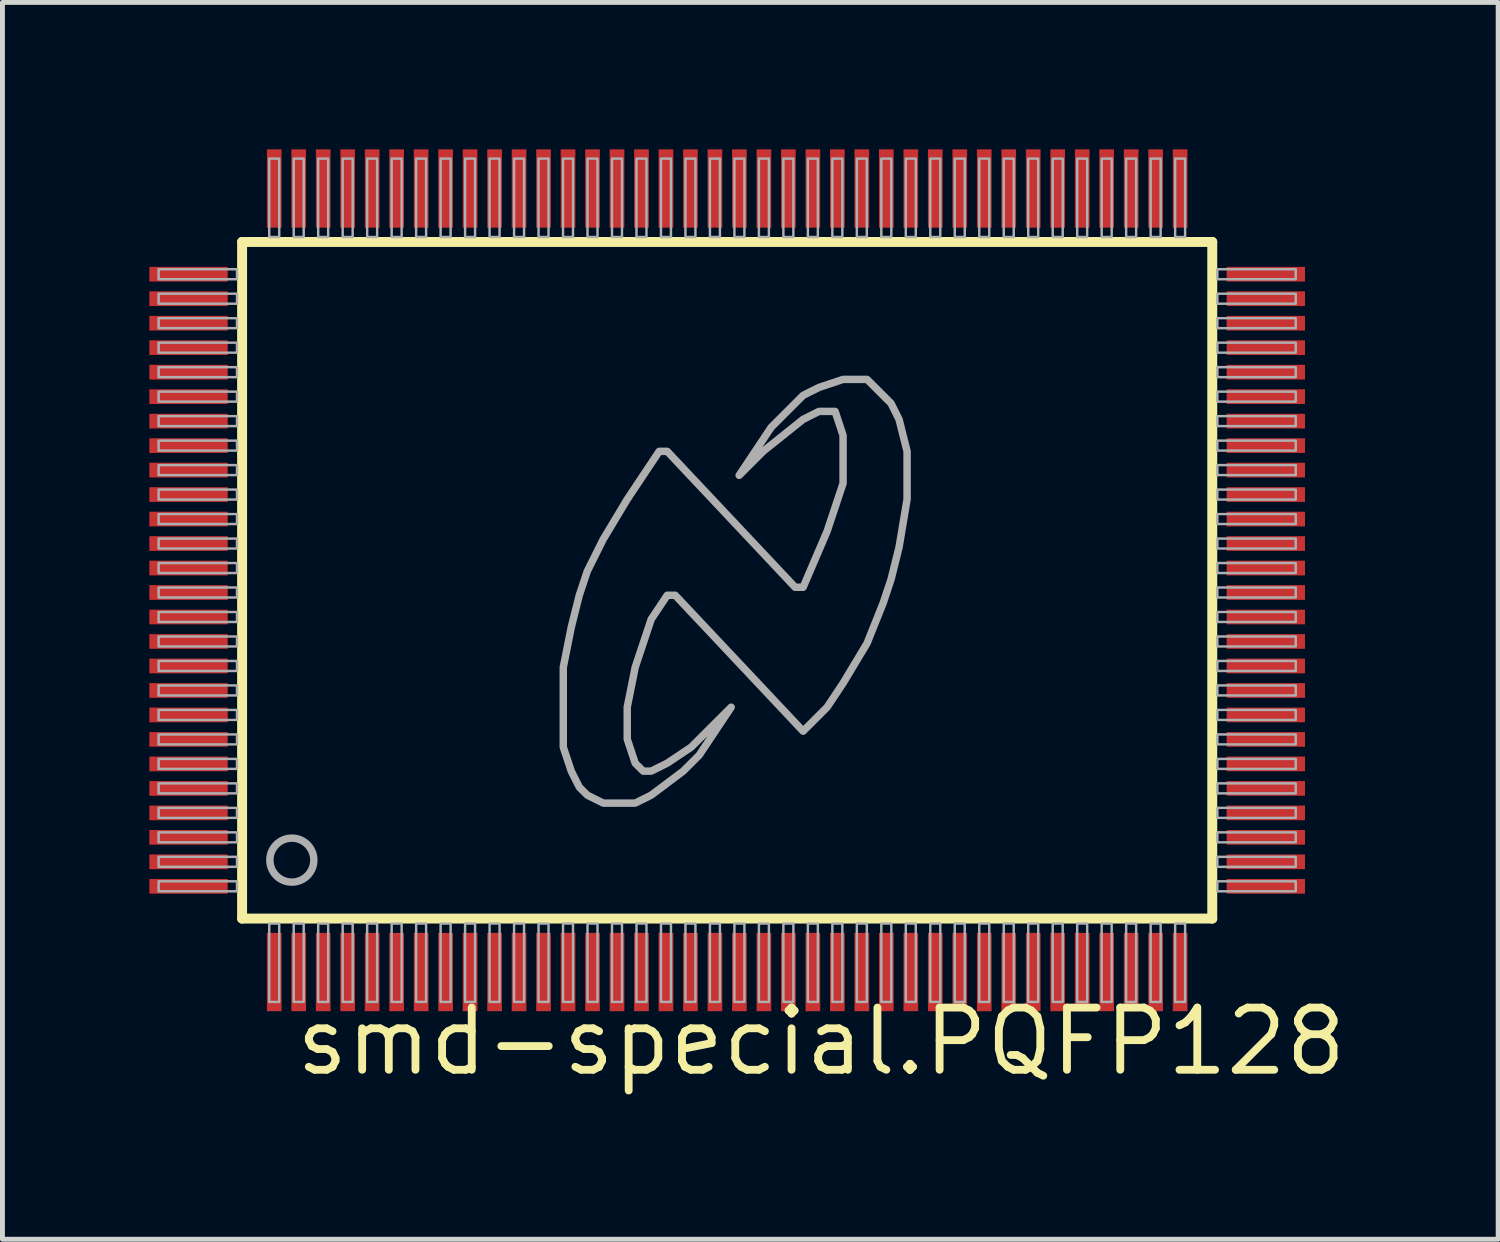
<source format=kicad_pcb>
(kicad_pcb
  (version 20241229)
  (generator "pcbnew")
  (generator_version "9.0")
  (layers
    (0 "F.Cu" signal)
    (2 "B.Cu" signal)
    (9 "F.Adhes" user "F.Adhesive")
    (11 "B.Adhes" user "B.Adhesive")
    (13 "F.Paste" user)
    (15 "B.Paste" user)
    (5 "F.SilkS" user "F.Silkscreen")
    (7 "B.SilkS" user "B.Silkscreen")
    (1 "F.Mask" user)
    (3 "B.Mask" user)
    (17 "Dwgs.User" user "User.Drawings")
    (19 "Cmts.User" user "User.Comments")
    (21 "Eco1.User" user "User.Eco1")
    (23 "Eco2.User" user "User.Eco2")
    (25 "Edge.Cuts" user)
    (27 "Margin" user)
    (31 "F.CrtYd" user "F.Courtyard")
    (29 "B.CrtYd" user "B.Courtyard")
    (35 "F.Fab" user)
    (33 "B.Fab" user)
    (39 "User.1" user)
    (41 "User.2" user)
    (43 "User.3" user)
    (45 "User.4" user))
  (footprint "smd-special.PQFP128"
    (layer "F.Cu")
    (at 11.8 8.8)
    (property "Reference" "smd-special.PQFP128" (at -8.89 10.16 0) (layer "F.SilkS") (effects (font (size 1.27 1.27) (thickness 0.16)) (justify left bottom)))
    (attr smd)
    (fp_line (start -9.906 -6.909) (end -9.906 6.909) (stroke (width 0.203) (type default)) (layer "F.SilkS"))
    (fp_line (start -9.906 6.909) (end 9.906 6.909) (stroke (width 0.203) (type default)) (layer "F.SilkS"))
    (fp_line (start 9.906 -6.909) (end -9.906 -6.909) (stroke (width 0.203) (type default)) (layer "F.SilkS"))
    (fp_line (start 9.906 6.909) (end 9.906 -6.909) (stroke (width 0.203) (type default)) (layer "F.SilkS"))
    (fp_rect (start -11.611 -6.148) (end -10.01 -6.352) (stroke (width 0.05) (type default)) (fill no) (layer "F.Fab"))
    (fp_rect (start -11.611 -5.648) (end -10.01 -5.852) (stroke (width 0.05) (type default)) (fill no) (layer "F.Fab"))
    (fp_rect (start -11.611 -5.148) (end -10.01 -5.352) (stroke (width 0.05) (type default)) (fill no) (layer "F.Fab"))
    (fp_rect (start -11.611 -4.648) (end -10.01 -4.852) (stroke (width 0.05) (type default)) (fill no) (layer "F.Fab"))
    (fp_rect (start -11.611 -4.148) (end -10.01 -4.352) (stroke (width 0.05) (type default)) (fill no) (layer "F.Fab"))
    (fp_rect (start -11.611 -3.648) (end -10.01 -3.852) (stroke (width 0.05) (type default)) (fill no) (layer "F.Fab"))
    (fp_rect (start -11.611 -3.148) (end -10.01 -3.352) (stroke (width 0.05) (type default)) (fill no) (layer "F.Fab"))
    (fp_rect (start -11.611 -2.648) (end -10.01 -2.852) (stroke (width 0.05) (type default)) (fill no) (layer "F.Fab"))
    (fp_rect (start -11.611 -2.148) (end -10.01 -2.352) (stroke (width 0.05) (type default)) (fill no) (layer "F.Fab"))
    (fp_rect (start -11.611 -1.648) (end -10.01 -1.852) (stroke (width 0.05) (type default)) (fill no) (layer "F.Fab"))
    (fp_rect (start -11.611 -1.148) (end -10.01 -1.352) (stroke (width 0.05) (type default)) (fill no) (layer "F.Fab"))
    (fp_rect (start -11.611 -0.648) (end -10.01 -0.852) (stroke (width 0.05) (type default)) (fill no) (layer "F.Fab"))
    (fp_rect (start -11.611 -0.148) (end -10.01 -0.352) (stroke (width 0.05) (type default)) (fill no) (layer "F.Fab"))
    (fp_rect (start -11.611 0.352) (end -10.01 0.148) (stroke (width 0.05) (type default)) (fill no) (layer "F.Fab"))
    (fp_rect (start -11.611 0.852) (end -10.01 0.648) (stroke (width 0.05) (type default)) (fill no) (layer "F.Fab"))
    (fp_rect (start -11.611 1.352) (end -10.01 1.148) (stroke (width 0.05) (type default)) (fill no) (layer "F.Fab"))
    (fp_rect (start -11.611 1.852) (end -10.01 1.648) (stroke (width 0.05) (type default)) (fill no) (layer "F.Fab"))
    (fp_rect (start -11.611 2.352) (end -10.01 2.148) (stroke (width 0.05) (type default)) (fill no) (layer "F.Fab"))
    (fp_rect (start -11.611 2.852) (end -10.01 2.648) (stroke (width 0.05) (type default)) (fill no) (layer "F.Fab"))
    (fp_rect (start -11.611 3.352) (end -10.01 3.148) (stroke (width 0.05) (type default)) (fill no) (layer "F.Fab"))
    (fp_rect (start -11.611 3.852) (end -10.01 3.648) (stroke (width 0.05) (type default)) (fill no) (layer "F.Fab"))
    (fp_rect (start -11.611 4.352) (end -10.01 4.148) (stroke (width 0.05) (type default)) (fill no) (layer "F.Fab"))
    (fp_rect (start -11.611 4.852) (end -10.01 4.648) (stroke (width 0.05) (type default)) (fill no) (layer "F.Fab"))
    (fp_rect (start -11.611 5.352) (end -10.01 5.148) (stroke (width 0.05) (type default)) (fill no) (layer "F.Fab"))
    (fp_rect (start -11.611 5.852) (end -10.01 5.648) (stroke (width 0.05) (type default)) (fill no) (layer "F.Fab"))
    (fp_rect (start -11.611 6.352) (end -10.01 6.148) (stroke (width 0.05) (type default)) (fill no) (layer "F.Fab"))
    (fp_rect (start -9.352 -7.01) (end -9.148 -8.611) (stroke (width 0.05) (type default)) (fill no) (layer "F.Fab"))
    (fp_rect (start -9.352 8.611) (end -9.148 7.01) (stroke (width 0.05) (type default)) (fill no) (layer "F.Fab"))
    (fp_rect (start -8.852 -7.01) (end -8.648 -8.611) (stroke (width 0.05) (type default)) (fill no) (layer "F.Fab"))
    (fp_rect (start -8.852 8.611) (end -8.648 7.01) (stroke (width 0.05) (type default)) (fill no) (layer "F.Fab"))
    (fp_rect (start -8.352 -7.01) (end -8.148 -8.611) (stroke (width 0.05) (type default)) (fill no) (layer "F.Fab"))
    (fp_rect (start -8.352 8.611) (end -8.148 7.01) (stroke (width 0.05) (type default)) (fill no) (layer "F.Fab"))
    (fp_rect (start -7.852 -7.01) (end -7.648 -8.611) (stroke (width 0.05) (type default)) (fill no) (layer "F.Fab"))
    (fp_rect (start -7.852 8.611) (end -7.648 7.01) (stroke (width 0.05) (type default)) (fill no) (layer "F.Fab"))
    (fp_rect (start -7.352 -7.01) (end -7.148 -8.611) (stroke (width 0.05) (type default)) (fill no) (layer "F.Fab"))
    (fp_rect (start -7.352 8.611) (end -7.148 7.01) (stroke (width 0.05) (type default)) (fill no) (layer "F.Fab"))
    (fp_rect (start -6.852 -7.01) (end -6.648 -8.611) (stroke (width 0.05) (type default)) (fill no) (layer "F.Fab"))
    (fp_rect (start -6.852 8.611) (end -6.648 7.01) (stroke (width 0.05) (type default)) (fill no) (layer "F.Fab"))
    (fp_rect (start -6.352 -7.01) (end -6.148 -8.611) (stroke (width 0.05) (type default)) (fill no) (layer "F.Fab"))
    (fp_rect (start -6.352 8.611) (end -6.148 7.01) (stroke (width 0.05) (type default)) (fill no) (layer "F.Fab"))
    (fp_rect (start -5.852 -7.01) (end -5.648 -8.611) (stroke (width 0.05) (type default)) (fill no) (layer "F.Fab"))
    (fp_rect (start -5.852 8.611) (end -5.648 7.01) (stroke (width 0.05) (type default)) (fill no) (layer "F.Fab"))
    (fp_rect (start -5.352 -7.01) (end -5.148 -8.611) (stroke (width 0.05) (type default)) (fill no) (layer "F.Fab"))
    (fp_rect (start -5.352 8.611) (end -5.148 7.01) (stroke (width 0.05) (type default)) (fill no) (layer "F.Fab"))
    (fp_rect (start -4.852 -7.01) (end -4.648 -8.611) (stroke (width 0.05) (type default)) (fill no) (layer "F.Fab"))
    (fp_rect (start -4.852 8.611) (end -4.648 7.01) (stroke (width 0.05) (type default)) (fill no) (layer "F.Fab"))
    (fp_rect (start -4.352 -7.01) (end -4.148 -8.611) (stroke (width 0.05) (type default)) (fill no) (layer "F.Fab"))
    (fp_rect (start -4.352 8.611) (end -4.148 7.01) (stroke (width 0.05) (type default)) (fill no) (layer "F.Fab"))
    (fp_rect (start -3.852 -7.01) (end -3.648 -8.611) (stroke (width 0.05) (type default)) (fill no) (layer "F.Fab"))
    (fp_rect (start -3.852 8.611) (end -3.648 7.01) (stroke (width 0.05) (type default)) (fill no) (layer "F.Fab"))
    (fp_rect (start -3.352 -7.01) (end -3.148 -8.611) (stroke (width 0.05) (type default)) (fill no) (layer "F.Fab"))
    (fp_rect (start -3.352 8.611) (end -3.148 7.01) (stroke (width 0.05) (type default)) (fill no) (layer "F.Fab"))
    (fp_rect (start -2.852 -7.01) (end -2.648 -8.611) (stroke (width 0.05) (type default)) (fill no) (layer "F.Fab"))
    (fp_rect (start -2.852 8.611) (end -2.648 7.01) (stroke (width 0.05) (type default)) (fill no) (layer "F.Fab"))
    (fp_rect (start -2.352 -7.01) (end -2.148 -8.611) (stroke (width 0.05) (type default)) (fill no) (layer "F.Fab"))
    (fp_rect (start -2.352 8.611) (end -2.148 7.01) (stroke (width 0.05) (type default)) (fill no) (layer "F.Fab"))
    (fp_rect (start -1.852 -7.01) (end -1.648 -8.611) (stroke (width 0.05) (type default)) (fill no) (layer "F.Fab"))
    (fp_rect (start -1.852 8.611) (end -1.648 7.01) (stroke (width 0.05) (type default)) (fill no) (layer "F.Fab"))
    (fp_rect (start -1.352 -7.01) (end -1.148 -8.611) (stroke (width 0.05) (type default)) (fill no) (layer "F.Fab"))
    (fp_rect (start -1.352 8.611) (end -1.148 7.01) (stroke (width 0.05) (type default)) (fill no) (layer "F.Fab"))
    (fp_rect (start -0.852 -7.01) (end -0.648 -8.611) (stroke (width 0.05) (type default)) (fill no) (layer "F.Fab"))
    (fp_rect (start -0.852 8.611) (end -0.648 7.01) (stroke (width 0.05) (type default)) (fill no) (layer "F.Fab"))
    (fp_rect (start -0.352 -7.01) (end -0.148 -8.611) (stroke (width 0.05) (type default)) (fill no) (layer "F.Fab"))
    (fp_rect (start -0.352 8.611) (end -0.148 7.01) (stroke (width 0.05) (type default)) (fill no) (layer "F.Fab"))
    (fp_rect (start 0.148 -7.01) (end 0.352 -8.611) (stroke (width 0.05) (type default)) (fill no) (layer "F.Fab"))
    (fp_rect (start 0.148 8.611) (end 0.352 7.01) (stroke (width 0.05) (type default)) (fill no) (layer "F.Fab"))
    (fp_rect (start 0.648 -7.01) (end 0.852 -8.611) (stroke (width 0.05) (type default)) (fill no) (layer "F.Fab"))
    (fp_rect (start 0.648 8.611) (end 0.852 7.01) (stroke (width 0.05) (type default)) (fill no) (layer "F.Fab"))
    (fp_rect (start 1.148 -7.01) (end 1.352 -8.611) (stroke (width 0.05) (type default)) (fill no) (layer "F.Fab"))
    (fp_rect (start 1.148 8.611) (end 1.352 7.01) (stroke (width 0.05) (type default)) (fill no) (layer "F.Fab"))
    (fp_rect (start 1.648 -7.01) (end 1.852 -8.611) (stroke (width 0.05) (type default)) (fill no) (layer "F.Fab"))
    (fp_rect (start 1.648 8.611) (end 1.852 7.01) (stroke (width 0.05) (type default)) (fill no) (layer "F.Fab"))
    (fp_rect (start 2.148 -7.01) (end 2.352 -8.611) (stroke (width 0.05) (type default)) (fill no) (layer "F.Fab"))
    (fp_rect (start 2.148 8.611) (end 2.352 7.01) (stroke (width 0.05) (type default)) (fill no) (layer "F.Fab"))
    (fp_rect (start 2.648 -7.01) (end 2.852 -8.611) (stroke (width 0.05) (type default)) (fill no) (layer "F.Fab"))
    (fp_rect (start 2.648 8.611) (end 2.852 7.01) (stroke (width 0.05) (type default)) (fill no) (layer "F.Fab"))
    (fp_rect (start 3.148 -7.01) (end 3.352 -8.611) (stroke (width 0.05) (type default)) (fill no) (layer "F.Fab"))
    (fp_rect (start 3.148 8.611) (end 3.352 7.01) (stroke (width 0.05) (type default)) (fill no) (layer "F.Fab"))
    (fp_rect (start 3.648 -7.01) (end 3.852 -8.611) (stroke (width 0.05) (type default)) (fill no) (layer "F.Fab"))
    (fp_rect (start 3.648 8.611) (end 3.852 7.01) (stroke (width 0.05) (type default)) (fill no) (layer "F.Fab"))
    (fp_rect (start 4.148 -7.01) (end 4.352 -8.611) (stroke (width 0.05) (type default)) (fill no) (layer "F.Fab"))
    (fp_rect (start 4.148 8.611) (end 4.352 7.01) (stroke (width 0.05) (type default)) (fill no) (layer "F.Fab"))
    (fp_rect (start 4.648 -7.01) (end 4.852 -8.611) (stroke (width 0.05) (type default)) (fill no) (layer "F.Fab"))
    (fp_rect (start 4.648 8.611) (end 4.852 7.01) (stroke (width 0.05) (type default)) (fill no) (layer "F.Fab"))
    (fp_rect (start 5.148 -7.01) (end 5.352 -8.611) (stroke (width 0.05) (type default)) (fill no) (layer "F.Fab"))
    (fp_rect (start 5.148 8.611) (end 5.352 7.01) (stroke (width 0.05) (type default)) (fill no) (layer "F.Fab"))
    (fp_rect (start 5.648 -7.01) (end 5.852 -8.611) (stroke (width 0.05) (type default)) (fill no) (layer "F.Fab"))
    (fp_rect (start 5.648 8.611) (end 5.852 7.01) (stroke (width 0.05) (type default)) (fill no) (layer "F.Fab"))
    (fp_rect (start 6.148 -7.01) (end 6.352 -8.611) (stroke (width 0.05) (type default)) (fill no) (layer "F.Fab"))
    (fp_rect (start 6.148 8.611) (end 6.352 7.01) (stroke (width 0.05) (type default)) (fill no) (layer "F.Fab"))
    (fp_rect (start 6.648 -7.01) (end 6.852 -8.611) (stroke (width 0.05) (type default)) (fill no) (layer "F.Fab"))
    (fp_rect (start 6.648 8.611) (end 6.852 7.01) (stroke (width 0.05) (type default)) (fill no) (layer "F.Fab"))
    (fp_rect (start 7.148 -7.01) (end 7.352 -8.611) (stroke (width 0.05) (type default)) (fill no) (layer "F.Fab"))
    (fp_rect (start 7.148 8.611) (end 7.352 7.01) (stroke (width 0.05) (type default)) (fill no) (layer "F.Fab"))
    (fp_rect (start 7.648 -7.01) (end 7.852 -8.611) (stroke (width 0.05) (type default)) (fill no) (layer "F.Fab"))
    (fp_rect (start 7.648 8.611) (end 7.852 7.01) (stroke (width 0.05) (type default)) (fill no) (layer "F.Fab"))
    (fp_rect (start 8.148 -7.01) (end 8.352 -8.611) (stroke (width 0.05) (type default)) (fill no) (layer "F.Fab"))
    (fp_rect (start 8.148 8.611) (end 8.352 7.01) (stroke (width 0.05) (type default)) (fill no) (layer "F.Fab"))
    (fp_rect (start 8.648 -7.01) (end 8.852 -8.611) (stroke (width 0.05) (type default)) (fill no) (layer "F.Fab"))
    (fp_rect (start 8.648 8.611) (end 8.852 7.01) (stroke (width 0.05) (type default)) (fill no) (layer "F.Fab"))
    (fp_rect (start 9.148 -7.01) (end 9.352 -8.611) (stroke (width 0.05) (type default)) (fill no) (layer "F.Fab"))
    (fp_rect (start 9.148 8.611) (end 9.352 7.01) (stroke (width 0.05) (type default)) (fill no) (layer "F.Fab"))
    (fp_rect (start 10.01 -6.148) (end 11.611 -6.352) (stroke (width 0.05) (type default)) (fill no) (layer "F.Fab"))
    (fp_rect (start 10.01 -5.648) (end 11.611 -5.852) (stroke (width 0.05) (type default)) (fill no) (layer "F.Fab"))
    (fp_rect (start 10.01 -5.148) (end 11.611 -5.352) (stroke (width 0.05) (type default)) (fill no) (layer "F.Fab"))
    (fp_rect (start 10.01 -4.648) (end 11.611 -4.852) (stroke (width 0.05) (type default)) (fill no) (layer "F.Fab"))
    (fp_rect (start 10.01 -4.148) (end 11.611 -4.352) (stroke (width 0.05) (type default)) (fill no) (layer "F.Fab"))
    (fp_rect (start 10.01 -3.648) (end 11.611 -3.852) (stroke (width 0.05) (type default)) (fill no) (layer "F.Fab"))
    (fp_rect (start 10.01 -3.148) (end 11.611 -3.352) (stroke (width 0.05) (type default)) (fill no) (layer "F.Fab"))
    (fp_rect (start 10.01 -2.648) (end 11.611 -2.852) (stroke (width 0.05) (type default)) (fill no) (layer "F.Fab"))
    (fp_rect (start 10.01 -2.148) (end 11.611 -2.352) (stroke (width 0.05) (type default)) (fill no) (layer "F.Fab"))
    (fp_rect (start 10.01 -1.648) (end 11.611 -1.852) (stroke (width 0.05) (type default)) (fill no) (layer "F.Fab"))
    (fp_rect (start 10.01 -1.148) (end 11.611 -1.352) (stroke (width 0.05) (type default)) (fill no) (layer "F.Fab"))
    (fp_rect (start 10.01 -0.648) (end 11.611 -0.852) (stroke (width 0.05) (type default)) (fill no) (layer "F.Fab"))
    (fp_rect (start 10.01 -0.148) (end 11.611 -0.352) (stroke (width 0.05) (type default)) (fill no) (layer "F.Fab"))
    (fp_rect (start 10.01 0.352) (end 11.611 0.148) (stroke (width 0.05) (type default)) (fill no) (layer "F.Fab"))
    (fp_rect (start 10.01 0.852) (end 11.611 0.648) (stroke (width 0.05) (type default)) (fill no) (layer "F.Fab"))
    (fp_rect (start 10.01 1.352) (end 11.611 1.148) (stroke (width 0.05) (type default)) (fill no) (layer "F.Fab"))
    (fp_rect (start 10.01 1.852) (end 11.611 1.648) (stroke (width 0.05) (type default)) (fill no) (layer "F.Fab"))
    (fp_rect (start 10.01 2.352) (end 11.611 2.148) (stroke (width 0.05) (type default)) (fill no) (layer "F.Fab"))
    (fp_rect (start 10.01 2.852) (end 11.611 2.648) (stroke (width 0.05) (type default)) (fill no) (layer "F.Fab"))
    (fp_rect (start 10.01 3.352) (end 11.611 3.148) (stroke (width 0.05) (type default)) (fill no) (layer "F.Fab"))
    (fp_rect (start 10.01 3.852) (end 11.611 3.648) (stroke (width 0.05) (type default)) (fill no) (layer "F.Fab"))
    (fp_rect (start 10.01 4.352) (end 11.611 4.148) (stroke (width 0.05) (type default)) (fill no) (layer "F.Fab"))
    (fp_rect (start 10.01 4.852) (end 11.611 4.648) (stroke (width 0.05) (type default)) (fill no) (layer "F.Fab"))
    (fp_rect (start 10.01 5.352) (end 11.611 5.148) (stroke (width 0.05) (type default)) (fill no) (layer "F.Fab"))
    (fp_rect (start 10.01 5.852) (end 11.611 5.648) (stroke (width 0.05) (type default)) (fill no) (layer "F.Fab"))
    (fp_rect (start 10.01 6.352) (end 11.611 6.148) (stroke (width 0.05) (type default)) (fill no) (layer "F.Fab"))
    (fp_circle (center -8.89 5.715) (end -8.441 5.715) (stroke (width 0.152) (type default)) (fill no) (layer "F.Fab"))
    (fp_poly (pts (xy 0.082 2.592) (xy -0.571 3.571) (xy -0.898 3.898) (xy -1.551 4.388) (xy -1.878 4.551) (xy -2.531 4.551) (xy -2.857 4.388) (xy -3.02 4.224) (xy -3.184 3.898) (xy -3.347 3.408) (xy -3.347 1.776) (xy -3.184 0.959) (xy -3.02 0.306) (xy -2.857 -0.184) (xy -2.531 -0.837) (xy -2.041 -1.653) (xy -1.388 -2.633) (xy -1.224 -2.633) (xy 1.388 0.143) (xy 1.551 0.143) (xy 2.041 -1) (xy 2.204 -1.49) (xy 2.367 -1.98) (xy 2.367 -2.959) (xy 2.204 -3.449) (xy 1.877 -3.449) (xy 1.551 -3.286) (xy 0.735 -2.633) (xy 0.245 -2.143) (xy 0.898 -3.122) (xy 1.388 -3.612) (xy 1.551 -3.776) (xy 1.877 -3.939) (xy 2.367 -4.102) (xy 2.857 -4.102) (xy 3.02 -3.939) (xy 3.347 -3.612) (xy 3.51 -3.286) (xy 3.674 -2.633) (xy 3.674 -1.653) (xy 3.51 -0.673) (xy 3.347 -0.02) (xy 3.184 0.469) (xy 2.857 1.286) (xy 2.367 2.102) (xy 2.041 2.592) (xy 1.551 3.082) (xy -1.061 0.306) (xy -1.224 0.306) (xy -1.551 0.796) (xy -1.878 1.776) (xy -2.041 2.592) (xy -2.041 3.245) (xy -1.878 3.735) (xy -1.714 3.898) (xy -1.551 3.898) (xy -1.224 3.735) (xy -0.735 3.408) (xy -0.245 2.918)) (stroke (width 0.152) (type default)) (fill no) (layer "F.Fab"))
    (pad "1" smd roundrect (at -9.25 8) (size 0.3 1.6) (layers "F.Cu" "F.Mask" "F.Paste") (roundrect_rratio 0.01))
    (pad "2" smd roundrect (at -8.75 8) (size 0.3 1.6) (layers "F.Cu" "F.Mask" "F.Paste") (roundrect_rratio 0.01))
    (pad "3" smd roundrect (at -8.25 8) (size 0.3 1.6) (layers "F.Cu" "F.Mask" "F.Paste") (roundrect_rratio 0.01))
    (pad "4" smd roundrect (at -7.75 8) (size 0.3 1.6) (layers "F.Cu" "F.Mask" "F.Paste") (roundrect_rratio 0.01))
    (pad "5" smd roundrect (at -7.25 8) (size 0.3 1.6) (layers "F.Cu" "F.Mask" "F.Paste") (roundrect_rratio 0.01))
    (pad "6" smd roundrect (at -6.75 8) (size 0.3 1.6) (layers "F.Cu" "F.Mask" "F.Paste") (roundrect_rratio 0.01))
    (pad "7" smd roundrect (at -6.25 8) (size 0.3 1.6) (layers "F.Cu" "F.Mask" "F.Paste") (roundrect_rratio 0.01))
    (pad "8" smd roundrect (at -5.75 8) (size 0.3 1.6) (layers "F.Cu" "F.Mask" "F.Paste") (roundrect_rratio 0.01))
    (pad "9" smd roundrect (at -5.25 8) (size 0.3 1.6) (layers "F.Cu" "F.Mask" "F.Paste") (roundrect_rratio 0.01))
    (pad "10" smd roundrect (at -4.75 8) (size 0.3 1.6) (layers "F.Cu" "F.Mask" "F.Paste") (roundrect_rratio 0.01))
    (pad "11" smd roundrect (at -4.25 8) (size 0.3 1.6) (layers "F.Cu" "F.Mask" "F.Paste") (roundrect_rratio 0.01))
    (pad "12" smd roundrect (at -3.75 8) (size 0.3 1.6) (layers "F.Cu" "F.Mask" "F.Paste") (roundrect_rratio 0.01))
    (pad "13" smd roundrect (at -3.25 8) (size 0.3 1.6) (layers "F.Cu" "F.Mask" "F.Paste") (roundrect_rratio 0.01))
    (pad "14" smd roundrect (at -2.75 8) (size 0.3 1.6) (layers "F.Cu" "F.Mask" "F.Paste") (roundrect_rratio 0.01))
    (pad "15" smd roundrect (at -2.25 8) (size 0.3 1.6) (layers "F.Cu" "F.Mask" "F.Paste") (roundrect_rratio 0.01))
    (pad "16" smd roundrect (at -1.75 8) (size 0.3 1.6) (layers "F.Cu" "F.Mask" "F.Paste") (roundrect_rratio 0.01))
    (pad "17" smd roundrect (at -1.25 8) (size 0.3 1.6) (layers "F.Cu" "F.Mask" "F.Paste") (roundrect_rratio 0.01))
    (pad "18" smd roundrect (at -0.75 8) (size 0.3 1.6) (layers "F.Cu" "F.Mask" "F.Paste") (roundrect_rratio 0.01))
    (pad "19" smd roundrect (at -0.25 8) (size 0.3 1.6) (layers "F.Cu" "F.Mask" "F.Paste") (roundrect_rratio 0.01))
    (pad "20" smd roundrect (at 0.25 8) (size 0.3 1.6) (layers "F.Cu" "F.Mask" "F.Paste") (roundrect_rratio 0.01))
    (pad "21" smd roundrect (at 0.75 8) (size 0.3 1.6) (layers "F.Cu" "F.Mask" "F.Paste") (roundrect_rratio 0.01))
    (pad "22" smd roundrect (at 1.25 8) (size 0.3 1.6) (layers "F.Cu" "F.Mask" "F.Paste") (roundrect_rratio 0.01))
    (pad "23" smd roundrect (at 1.75 8) (size 0.3 1.6) (layers "F.Cu" "F.Mask" "F.Paste") (roundrect_rratio 0.01))
    (pad "24" smd roundrect (at 2.25 8) (size 0.3 1.6) (layers "F.Cu" "F.Mask" "F.Paste") (roundrect_rratio 0.01))
    (pad "25" smd roundrect (at 2.75 8) (size 0.3 1.6) (layers "F.Cu" "F.Mask" "F.Paste") (roundrect_rratio 0.01))
    (pad "26" smd roundrect (at 3.25 8) (size 0.3 1.6) (layers "F.Cu" "F.Mask" "F.Paste") (roundrect_rratio 0.01))
    (pad "27" smd roundrect (at 3.75 8) (size 0.3 1.6) (layers "F.Cu" "F.Mask" "F.Paste") (roundrect_rratio 0.01))
    (pad "28" smd roundrect (at 4.25 8) (size 0.3 1.6) (layers "F.Cu" "F.Mask" "F.Paste") (roundrect_rratio 0.01))
    (pad "29" smd roundrect (at 4.75 8) (size 0.3 1.6) (layers "F.Cu" "F.Mask" "F.Paste") (roundrect_rratio 0.01))
    (pad "30" smd roundrect (at 5.25 8) (size 0.3 1.6) (layers "F.Cu" "F.Mask" "F.Paste") (roundrect_rratio 0.01))
    (pad "31" smd roundrect (at 5.75 8) (size 0.3 1.6) (layers "F.Cu" "F.Mask" "F.Paste") (roundrect_rratio 0.01))
    (pad "32" smd roundrect (at 6.25 8) (size 0.3 1.6) (layers "F.Cu" "F.Mask" "F.Paste") (roundrect_rratio 0.01))
    (pad "33" smd roundrect (at 6.75 8) (size 0.3 1.6) (layers "F.Cu" "F.Mask" "F.Paste") (roundrect_rratio 0.01))
    (pad "34" smd roundrect (at 7.25 8) (size 0.3 1.6) (layers "F.Cu" "F.Mask" "F.Paste") (roundrect_rratio 0.01))
    (pad "35" smd roundrect (at 7.75 8) (size 0.3 1.6) (layers "F.Cu" "F.Mask" "F.Paste") (roundrect_rratio 0.01))
    (pad "36" smd roundrect (at 8.25 8) (size 0.3 1.6) (layers "F.Cu" "F.Mask" "F.Paste") (roundrect_rratio 0.01))
    (pad "37" smd roundrect (at 8.75 8) (size 0.3 1.6) (layers "F.Cu" "F.Mask" "F.Paste") (roundrect_rratio 0.01))
    (pad "38" smd roundrect (at 9.25 8) (size 0.3 1.6) (layers "F.Cu" "F.Mask" "F.Paste") (roundrect_rratio 0.01))
    (pad "39" smd roundrect (at 11 6.25) (size 1.6 0.3) (layers "F.Cu" "F.Mask" "F.Paste") (roundrect_rratio 0.01))
    (pad "40" smd roundrect (at 11 5.75) (size 1.6 0.3) (layers "F.Cu" "F.Mask" "F.Paste") (roundrect_rratio 0.01))
    (pad "41" smd roundrect (at 11 5.25) (size 1.6 0.3) (layers "F.Cu" "F.Mask" "F.Paste") (roundrect_rratio 0.01))
    (pad "42" smd roundrect (at 11 4.75) (size 1.6 0.3) (layers "F.Cu" "F.Mask" "F.Paste") (roundrect_rratio 0.01))
    (pad "43" smd roundrect (at 11 4.25) (size 1.6 0.3) (layers "F.Cu" "F.Mask" "F.Paste") (roundrect_rratio 0.01))
    (pad "44" smd roundrect (at 11 3.75) (size 1.6 0.3) (layers "F.Cu" "F.Mask" "F.Paste") (roundrect_rratio 0.01))
    (pad "45" smd roundrect (at 11 3.25) (size 1.6 0.3) (layers "F.Cu" "F.Mask" "F.Paste") (roundrect_rratio 0.01))
    (pad "46" smd roundrect (at 11 2.75) (size 1.6 0.3) (layers "F.Cu" "F.Mask" "F.Paste") (roundrect_rratio 0.01))
    (pad "47" smd roundrect (at 11 2.25) (size 1.6 0.3) (layers "F.Cu" "F.Mask" "F.Paste") (roundrect_rratio 0.01))
    (pad "48" smd roundrect (at 11 1.75) (size 1.6 0.3) (layers "F.Cu" "F.Mask" "F.Paste") (roundrect_rratio 0.01))
    (pad "49" smd roundrect (at 11 1.25) (size 1.6 0.3) (layers "F.Cu" "F.Mask" "F.Paste") (roundrect_rratio 0.01))
    (pad "50" smd roundrect (at 11 0.75) (size 1.6 0.3) (layers "F.Cu" "F.Mask" "F.Paste") (roundrect_rratio 0.01))
    (pad "51" smd roundrect (at 11 0.25) (size 1.6 0.3) (layers "F.Cu" "F.Mask" "F.Paste") (roundrect_rratio 0.01))
    (pad "52" smd roundrect (at 11 -0.25) (size 1.6 0.3) (layers "F.Cu" "F.Mask" "F.Paste") (roundrect_rratio 0.01))
    (pad "53" smd roundrect (at 11 -0.75) (size 1.6 0.3) (layers "F.Cu" "F.Mask" "F.Paste") (roundrect_rratio 0.01))
    (pad "54" smd roundrect (at 11 -1.25) (size 1.6 0.3) (layers "F.Cu" "F.Mask" "F.Paste") (roundrect_rratio 0.01))
    (pad "55" smd roundrect (at 11 -1.75) (size 1.6 0.3) (layers "F.Cu" "F.Mask" "F.Paste") (roundrect_rratio 0.01))
    (pad "56" smd roundrect (at 11 -2.25) (size 1.6 0.3) (layers "F.Cu" "F.Mask" "F.Paste") (roundrect_rratio 0.01))
    (pad "57" smd roundrect (at 11 -2.75) (size 1.6 0.3) (layers "F.Cu" "F.Mask" "F.Paste") (roundrect_rratio 0.01))
    (pad "58" smd roundrect (at 11 -3.25) (size 1.6 0.3) (layers "F.Cu" "F.Mask" "F.Paste") (roundrect_rratio 0.01))
    (pad "59" smd roundrect (at 11 -3.75) (size 1.6 0.3) (layers "F.Cu" "F.Mask" "F.Paste") (roundrect_rratio 0.01))
    (pad "60" smd roundrect (at 11 -4.25) (size 1.6 0.3) (layers "F.Cu" "F.Mask" "F.Paste") (roundrect_rratio 0.01))
    (pad "61" smd roundrect (at 11 -4.75) (size 1.6 0.3) (layers "F.Cu" "F.Mask" "F.Paste") (roundrect_rratio 0.01))
    (pad "62" smd roundrect (at 11 -5.25) (size 1.6 0.3) (layers "F.Cu" "F.Mask" "F.Paste") (roundrect_rratio 0.01))
    (pad "63" smd roundrect (at 11 -5.75) (size 1.6 0.3) (layers "F.Cu" "F.Mask" "F.Paste") (roundrect_rratio 0.01))
    (pad "64" smd roundrect (at 11 -6.25) (size 1.6 0.3) (layers "F.Cu" "F.Mask" "F.Paste") (roundrect_rratio 0.01))
    (pad "65" smd roundrect (at 9.25 -8) (size 0.3 1.6) (layers "F.Cu" "F.Mask" "F.Paste") (roundrect_rratio 0.01))
    (pad "66" smd roundrect (at 8.75 -8) (size 0.3 1.6) (layers "F.Cu" "F.Mask" "F.Paste") (roundrect_rratio 0.01))
    (pad "67" smd roundrect (at 8.25 -8) (size 0.3 1.6) (layers "F.Cu" "F.Mask" "F.Paste") (roundrect_rratio 0.01))
    (pad "68" smd roundrect (at 7.75 -8) (size 0.3 1.6) (layers "F.Cu" "F.Mask" "F.Paste") (roundrect_rratio 0.01))
    (pad "69" smd roundrect (at 7.25 -8) (size 0.3 1.6) (layers "F.Cu" "F.Mask" "F.Paste") (roundrect_rratio 0.01))
    (pad "70" smd roundrect (at 6.75 -8) (size 0.3 1.6) (layers "F.Cu" "F.Mask" "F.Paste") (roundrect_rratio 0.01))
    (pad "71" smd roundrect (at 6.25 -8) (size 0.3 1.6) (layers "F.Cu" "F.Mask" "F.Paste") (roundrect_rratio 0.01))
    (pad "72" smd roundrect (at 5.75 -8) (size 0.3 1.6) (layers "F.Cu" "F.Mask" "F.Paste") (roundrect_rratio 0.01))
    (pad "73" smd roundrect (at 5.25 -8) (size 0.3 1.6) (layers "F.Cu" "F.Mask" "F.Paste") (roundrect_rratio 0.01))
    (pad "74" smd roundrect (at 4.75 -8) (size 0.3 1.6) (layers "F.Cu" "F.Mask" "F.Paste") (roundrect_rratio 0.01))
    (pad "75" smd roundrect (at 4.25 -8) (size 0.3 1.6) (layers "F.Cu" "F.Mask" "F.Paste") (roundrect_rratio 0.01))
    (pad "76" smd roundrect (at 3.75 -8) (size 0.3 1.6) (layers "F.Cu" "F.Mask" "F.Paste") (roundrect_rratio 0.01))
    (pad "77" smd roundrect (at 3.25 -8) (size 0.3 1.6) (layers "F.Cu" "F.Mask" "F.Paste") (roundrect_rratio 0.01))
    (pad "78" smd roundrect (at 2.75 -8) (size 0.3 1.6) (layers "F.Cu" "F.Mask" "F.Paste") (roundrect_rratio 0.01))
    (pad "79" smd roundrect (at 2.25 -8) (size 0.3 1.6) (layers "F.Cu" "F.Mask" "F.Paste") (roundrect_rratio 0.01))
    (pad "80" smd roundrect (at 1.75 -8) (size 0.3 1.6) (layers "F.Cu" "F.Mask" "F.Paste") (roundrect_rratio 0.01))
    (pad "81" smd roundrect (at 1.25 -8) (size 0.3 1.6) (layers "F.Cu" "F.Mask" "F.Paste") (roundrect_rratio 0.01))
    (pad "82" smd roundrect (at 0.75 -8) (size 0.3 1.6) (layers "F.Cu" "F.Mask" "F.Paste") (roundrect_rratio 0.01))
    (pad "83" smd roundrect (at 0.25 -8) (size 0.3 1.6) (layers "F.Cu" "F.Mask" "F.Paste") (roundrect_rratio 0.01))
    (pad "84" smd roundrect (at -0.25 -8) (size 0.3 1.6) (layers "F.Cu" "F.Mask" "F.Paste") (roundrect_rratio 0.01))
    (pad "85" smd roundrect (at -0.75 -8) (size 0.3 1.6) (layers "F.Cu" "F.Mask" "F.Paste") (roundrect_rratio 0.01))
    (pad "86" smd roundrect (at -1.25 -8) (size 0.3 1.6) (layers "F.Cu" "F.Mask" "F.Paste") (roundrect_rratio 0.01))
    (pad "87" smd roundrect (at -1.75 -8) (size 0.3 1.6) (layers "F.Cu" "F.Mask" "F.Paste") (roundrect_rratio 0.01))
    (pad "88" smd roundrect (at -2.25 -8) (size 0.3 1.6) (layers "F.Cu" "F.Mask" "F.Paste") (roundrect_rratio 0.01))
    (pad "89" smd roundrect (at -2.75 -8) (size 0.3 1.6) (layers "F.Cu" "F.Mask" "F.Paste") (roundrect_rratio 0.01))
    (pad "90" smd roundrect (at -3.25 -8) (size 0.3 1.6) (layers "F.Cu" "F.Mask" "F.Paste") (roundrect_rratio 0.01))
    (pad "91" smd roundrect (at -3.75 -8) (size 0.3 1.6) (layers "F.Cu" "F.Mask" "F.Paste") (roundrect_rratio 0.01))
    (pad "92" smd roundrect (at -4.25 -8) (size 0.3 1.6) (layers "F.Cu" "F.Mask" "F.Paste") (roundrect_rratio 0.01))
    (pad "93" smd roundrect (at -4.75 -8) (size 0.3 1.6) (layers "F.Cu" "F.Mask" "F.Paste") (roundrect_rratio 0.01))
    (pad "94" smd roundrect (at -5.25 -8) (size 0.3 1.6) (layers "F.Cu" "F.Mask" "F.Paste") (roundrect_rratio 0.01))
    (pad "95" smd roundrect (at -5.75 -8) (size 0.3 1.6) (layers "F.Cu" "F.Mask" "F.Paste") (roundrect_rratio 0.01))
    (pad "96" smd roundrect (at -6.25 -8) (size 0.3 1.6) (layers "F.Cu" "F.Mask" "F.Paste") (roundrect_rratio 0.01))
    (pad "97" smd roundrect (at -6.75 -8) (size 0.3 1.6) (layers "F.Cu" "F.Mask" "F.Paste") (roundrect_rratio 0.01))
    (pad "98" smd roundrect (at -7.25 -8) (size 0.3 1.6) (layers "F.Cu" "F.Mask" "F.Paste") (roundrect_rratio 0.01))
    (pad "99" smd roundrect (at -7.75 -8) (size 0.3 1.6) (layers "F.Cu" "F.Mask" "F.Paste") (roundrect_rratio 0.01))
    (pad "100" smd roundrect (at -8.25 -8) (size 0.3 1.6) (layers "F.Cu" "F.Mask" "F.Paste") (roundrect_rratio 0.01))
    (pad "101" smd roundrect (at -8.75 -8) (size 0.3 1.6) (layers "F.Cu" "F.Mask" "F.Paste") (roundrect_rratio 0.01))
    (pad "102" smd roundrect (at -9.25 -8) (size 0.3 1.6) (layers "F.Cu" "F.Mask" "F.Paste") (roundrect_rratio 0.01))
    (pad "103" smd roundrect (at -11 -6.25) (size 1.6 0.3) (layers "F.Cu" "F.Mask" "F.Paste") (roundrect_rratio 0.01))
    (pad "104" smd roundrect (at -11 -5.75) (size 1.6 0.3) (layers "F.Cu" "F.Mask" "F.Paste") (roundrect_rratio 0.01))
    (pad "105" smd roundrect (at -11 -5.25) (size 1.6 0.3) (layers "F.Cu" "F.Mask" "F.Paste") (roundrect_rratio 0.01))
    (pad "106" smd roundrect (at -11 -4.75) (size 1.6 0.3) (layers "F.Cu" "F.Mask" "F.Paste") (roundrect_rratio 0.01))
    (pad "107" smd roundrect (at -11 -4.25) (size 1.6 0.3) (layers "F.Cu" "F.Mask" "F.Paste") (roundrect_rratio 0.01))
    (pad "108" smd roundrect (at -11 -3.75) (size 1.6 0.3) (layers "F.Cu" "F.Mask" "F.Paste") (roundrect_rratio 0.01))
    (pad "109" smd roundrect (at -11 -3.25) (size 1.6 0.3) (layers "F.Cu" "F.Mask" "F.Paste") (roundrect_rratio 0.01))
    (pad "110" smd roundrect (at -11 -2.75) (size 1.6 0.3) (layers "F.Cu" "F.Mask" "F.Paste") (roundrect_rratio 0.01))
    (pad "111" smd roundrect (at -11 -2.25) (size 1.6 0.3) (layers "F.Cu" "F.Mask" "F.Paste") (roundrect_rratio 0.01))
    (pad "112" smd roundrect (at -11 -1.75) (size 1.6 0.3) (layers "F.Cu" "F.Mask" "F.Paste") (roundrect_rratio 0.01))
    (pad "113" smd roundrect (at -11 -1.25) (size 1.6 0.3) (layers "F.Cu" "F.Mask" "F.Paste") (roundrect_rratio 0.01))
    (pad "114" smd roundrect (at -11 -0.75) (size 1.6 0.3) (layers "F.Cu" "F.Mask" "F.Paste") (roundrect_rratio 0.01))
    (pad "115" smd roundrect (at -11 -0.25) (size 1.6 0.3) (layers "F.Cu" "F.Mask" "F.Paste") (roundrect_rratio 0.01))
    (pad "116" smd roundrect (at -11 0.25) (size 1.6 0.3) (layers "F.Cu" "F.Mask" "F.Paste") (roundrect_rratio 0.01))
    (pad "117" smd roundrect (at -11 0.75) (size 1.6 0.3) (layers "F.Cu" "F.Mask" "F.Paste") (roundrect_rratio 0.01))
    (pad "118" smd roundrect (at -11 1.25) (size 1.6 0.3) (layers "F.Cu" "F.Mask" "F.Paste") (roundrect_rratio 0.01))
    (pad "119" smd roundrect (at -11 1.75) (size 1.6 0.3) (layers "F.Cu" "F.Mask" "F.Paste") (roundrect_rratio 0.01))
    (pad "120" smd roundrect (at -11 2.25) (size 1.6 0.3) (layers "F.Cu" "F.Mask" "F.Paste") (roundrect_rratio 0.01))
    (pad "121" smd roundrect (at -11 2.75) (size 1.6 0.3) (layers "F.Cu" "F.Mask" "F.Paste") (roundrect_rratio 0.01))
    (pad "122" smd roundrect (at -11 3.25) (size 1.6 0.3) (layers "F.Cu" "F.Mask" "F.Paste") (roundrect_rratio 0.01))
    (pad "123" smd roundrect (at -11 3.75) (size 1.6 0.3) (layers "F.Cu" "F.Mask" "F.Paste") (roundrect_rratio 0.01))
    (pad "124" smd roundrect (at -11 4.25) (size 1.6 0.3) (layers "F.Cu" "F.Mask" "F.Paste") (roundrect_rratio 0.01))
    (pad "125" smd roundrect (at -11 4.75) (size 1.6 0.3) (layers "F.Cu" "F.Mask" "F.Paste") (roundrect_rratio 0.01))
    (pad "126" smd roundrect (at -11 5.25) (size 1.6 0.3) (layers "F.Cu" "F.Mask" "F.Paste") (roundrect_rratio 0.01))
    (pad "127" smd roundrect (at -11 5.75) (size 1.6 0.3) (layers "F.Cu" "F.Mask" "F.Paste") (roundrect_rratio 0.01))
    (pad "128" smd roundrect (at -11 6.25) (size 1.6 0.3) (layers "F.Cu" "F.Mask" "F.Paste") (roundrect_rratio 0.01)))
  (gr_rect
    (start -3 -3)
    (end 27.545 22.258)
    (stroke (width 0.1) (type default))
    (fill no)
    (layer "Edge.Cuts")))
</source>
